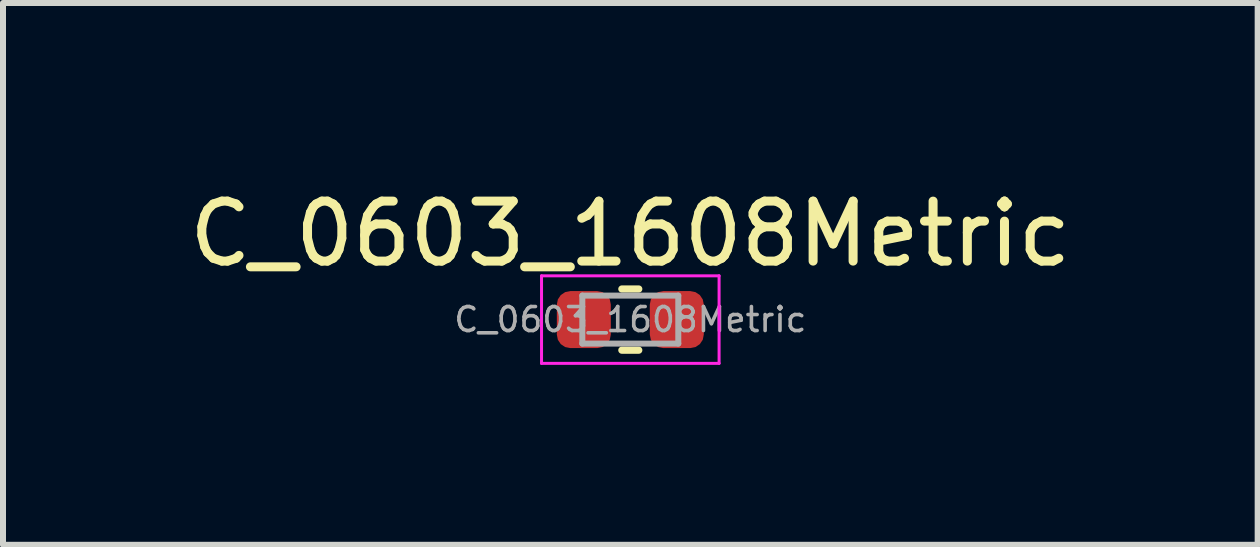
<source format=kicad_pcb>
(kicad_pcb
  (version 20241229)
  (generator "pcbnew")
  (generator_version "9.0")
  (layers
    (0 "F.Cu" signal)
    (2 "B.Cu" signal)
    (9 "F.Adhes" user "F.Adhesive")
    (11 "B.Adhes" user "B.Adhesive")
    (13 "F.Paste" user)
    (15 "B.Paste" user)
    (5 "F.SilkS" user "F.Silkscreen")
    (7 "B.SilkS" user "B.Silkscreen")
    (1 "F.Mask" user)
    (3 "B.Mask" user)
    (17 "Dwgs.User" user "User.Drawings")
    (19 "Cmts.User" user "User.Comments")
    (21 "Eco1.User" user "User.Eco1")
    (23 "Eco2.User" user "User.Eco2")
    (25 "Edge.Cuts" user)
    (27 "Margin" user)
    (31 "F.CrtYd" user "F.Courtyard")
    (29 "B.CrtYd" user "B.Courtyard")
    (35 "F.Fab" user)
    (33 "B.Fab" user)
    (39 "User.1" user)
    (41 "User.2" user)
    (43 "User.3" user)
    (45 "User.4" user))
  (footprint "C_0603_1608Metric"
    (layer "F.Cu")
    (at 7.458 2.278)
    (property "Reference" "C_0603_1608Metric" (at 0 -1.43 180) (layer "F.SilkS") (effects (font (size 1 1) (thickness 0.15))))
    (attr smd)
    (fp_line (start -0.141 -0.51) (end 0.141 -0.51) (stroke (width 0.12) (type solid)) (layer "F.SilkS"))
    (fp_line (start -0.141 0.51) (end 0.141 0.51) (stroke (width 0.12) (type solid)) (layer "F.SilkS"))
    (fp_line (start -1.48 -0.73) (end 1.48 -0.73) (stroke (width 0.05) (type solid)) (layer "F.CrtYd"))
    (fp_line (start -1.48 0.73) (end -1.48 -0.73) (stroke (width 0.05) (type solid)) (layer "F.CrtYd"))
    (fp_line (start 1.48 -0.73) (end 1.48 0.73) (stroke (width 0.05) (type solid)) (layer "F.CrtYd"))
    (fp_line (start 1.48 0.73) (end -1.48 0.73) (stroke (width 0.05) (type solid)) (layer "F.CrtYd"))
    (fp_line (start -0.8 -0.4) (end 0.8 -0.4) (stroke (width 0.1) (type solid)) (layer "F.Fab"))
    (fp_line (start -0.8 0.4) (end -0.8 -0.4) (stroke (width 0.1) (type solid)) (layer "F.Fab"))
    (fp_line (start 0.8 -0.4) (end 0.8 0.4) (stroke (width 0.1) (type solid)) (layer "F.Fab"))
    (fp_line (start 0.8 0.4) (end -0.8 0.4) (stroke (width 0.1) (type solid)) (layer "F.Fab"))
    (fp_text user "${REFERENCE}" (at 0 0 180) (layer "F.Fab") (effects (font (size 0.4 0.4) (thickness 0.06))))
    (pad "1" smd roundrect (at -0.775 0) (size 0.9 0.95) (layers "F.Cu" "F.Mask" "F.Paste") (roundrect_rratio 0.25))
    (pad "2" smd roundrect (at 0.775 0) (size 0.9 0.95) (layers "F.Cu" "F.Mask" "F.Paste") (roundrect_rratio 0.25)))
  (gr_rect
    (start -3 -3)
    (end 17.917 6.033)
    (stroke (width 0.1) (type default))
    (fill no)
    (layer "Edge.Cuts")))
</source>
